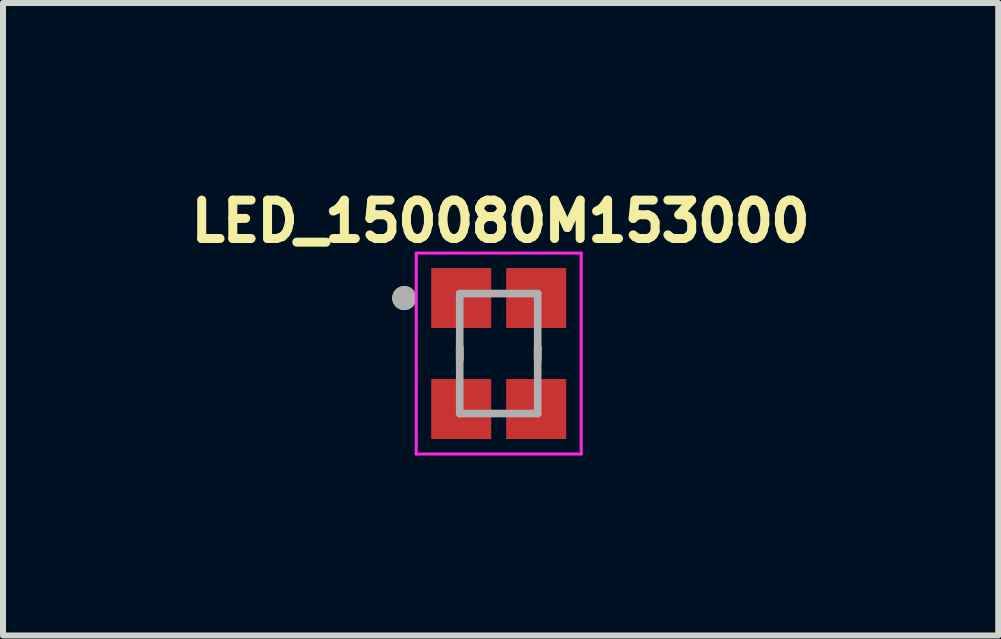
<source format=kicad_pcb>
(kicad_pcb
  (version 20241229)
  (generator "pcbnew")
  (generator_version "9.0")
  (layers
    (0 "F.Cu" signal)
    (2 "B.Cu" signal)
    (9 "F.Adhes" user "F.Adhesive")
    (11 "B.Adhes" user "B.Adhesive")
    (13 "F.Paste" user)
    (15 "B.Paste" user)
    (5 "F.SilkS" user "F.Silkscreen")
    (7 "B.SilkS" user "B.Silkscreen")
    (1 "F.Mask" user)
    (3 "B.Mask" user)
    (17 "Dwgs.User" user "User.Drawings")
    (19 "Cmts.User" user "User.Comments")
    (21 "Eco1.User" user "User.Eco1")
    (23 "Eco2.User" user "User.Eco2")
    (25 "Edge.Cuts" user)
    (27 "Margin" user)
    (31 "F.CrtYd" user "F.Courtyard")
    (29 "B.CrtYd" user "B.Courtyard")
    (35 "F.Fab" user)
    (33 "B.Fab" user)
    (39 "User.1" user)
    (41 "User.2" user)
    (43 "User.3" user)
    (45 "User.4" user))
  (footprint "LED_150080M153000"
    (layer "F.Cu")
    (at 5.264 2.844)
    (property "Reference" "LED_150080M153000" (at 0.032 -2.206 0) (layer "F.SilkS") (effects (font (size 0.64 0.64) (thickness 0.15))))
    (attr through_hole)
    (fp_line (start -0.65 -0.105) (end -0.65 0.105) (stroke (width 0.127) (type solid)) (layer "F.SilkS"))
    (fp_line (start 0.65 0.105) (end 0.65 -0.105) (stroke (width 0.127) (type solid)) (layer "F.SilkS"))
    (fp_circle (center -1.575 -0.925) (end -1.475 -0.925) (stroke (width 0.2) (type solid)) (fill no) (layer "F.SilkS"))
    (fp_line (start -1.375 -1.675) (end 1.375 -1.675) (stroke (width 0.05) (type solid)) (layer "F.CrtYd"))
    (fp_line (start -1.375 1.675) (end -1.375 -1.675) (stroke (width 0.05) (type solid)) (layer "F.CrtYd"))
    (fp_line (start 1.375 -1.675) (end 1.375 1.675) (stroke (width 0.05) (type solid)) (layer "F.CrtYd"))
    (fp_line (start 1.375 1.675) (end -1.375 1.675) (stroke (width 0.05) (type solid)) (layer "F.CrtYd"))
    (fp_line (start -0.65 -1) (end -0.65 1) (stroke (width 0.127) (type solid)) (layer "F.Fab"))
    (fp_line (start -0.65 1) (end 0.65 1) (stroke (width 0.127) (type solid)) (layer "F.Fab"))
    (fp_line (start 0.65 -1) (end -0.65 -1) (stroke (width 0.127) (type solid)) (layer "F.Fab"))
    (fp_line (start 0.65 1) (end 0.65 -1) (stroke (width 0.127) (type solid)) (layer "F.Fab"))
    (fp_circle (center -1.575 -0.925) (end -1.475 -0.925) (stroke (width 0.2) (type solid)) (fill no) (layer "F.Fab"))
    (pad "1" smd rect (at -0.625 -0.925) (size 1 1) (layers "F.Cu" "F.Mask" "F.Paste"))
    (pad "2" smd rect (at 0.625 -0.925) (size 1 1) (layers "F.Cu" "F.Mask" "F.Paste"))
    (pad "3" smd rect (at 0.625 0.925) (size 1 1) (layers "F.Cu" "F.Mask" "F.Paste"))
    (pad "4" smd rect (at -0.625 0.925) (size 1 1) (layers "F.Cu" "F.Mask" "F.Paste")))
  (gr_rect
    (start -3 -3)
    (end 13.592 7.544)
    (stroke (width 0.1) (type default))
    (fill no)
    (layer "Edge.Cuts")))
</source>
